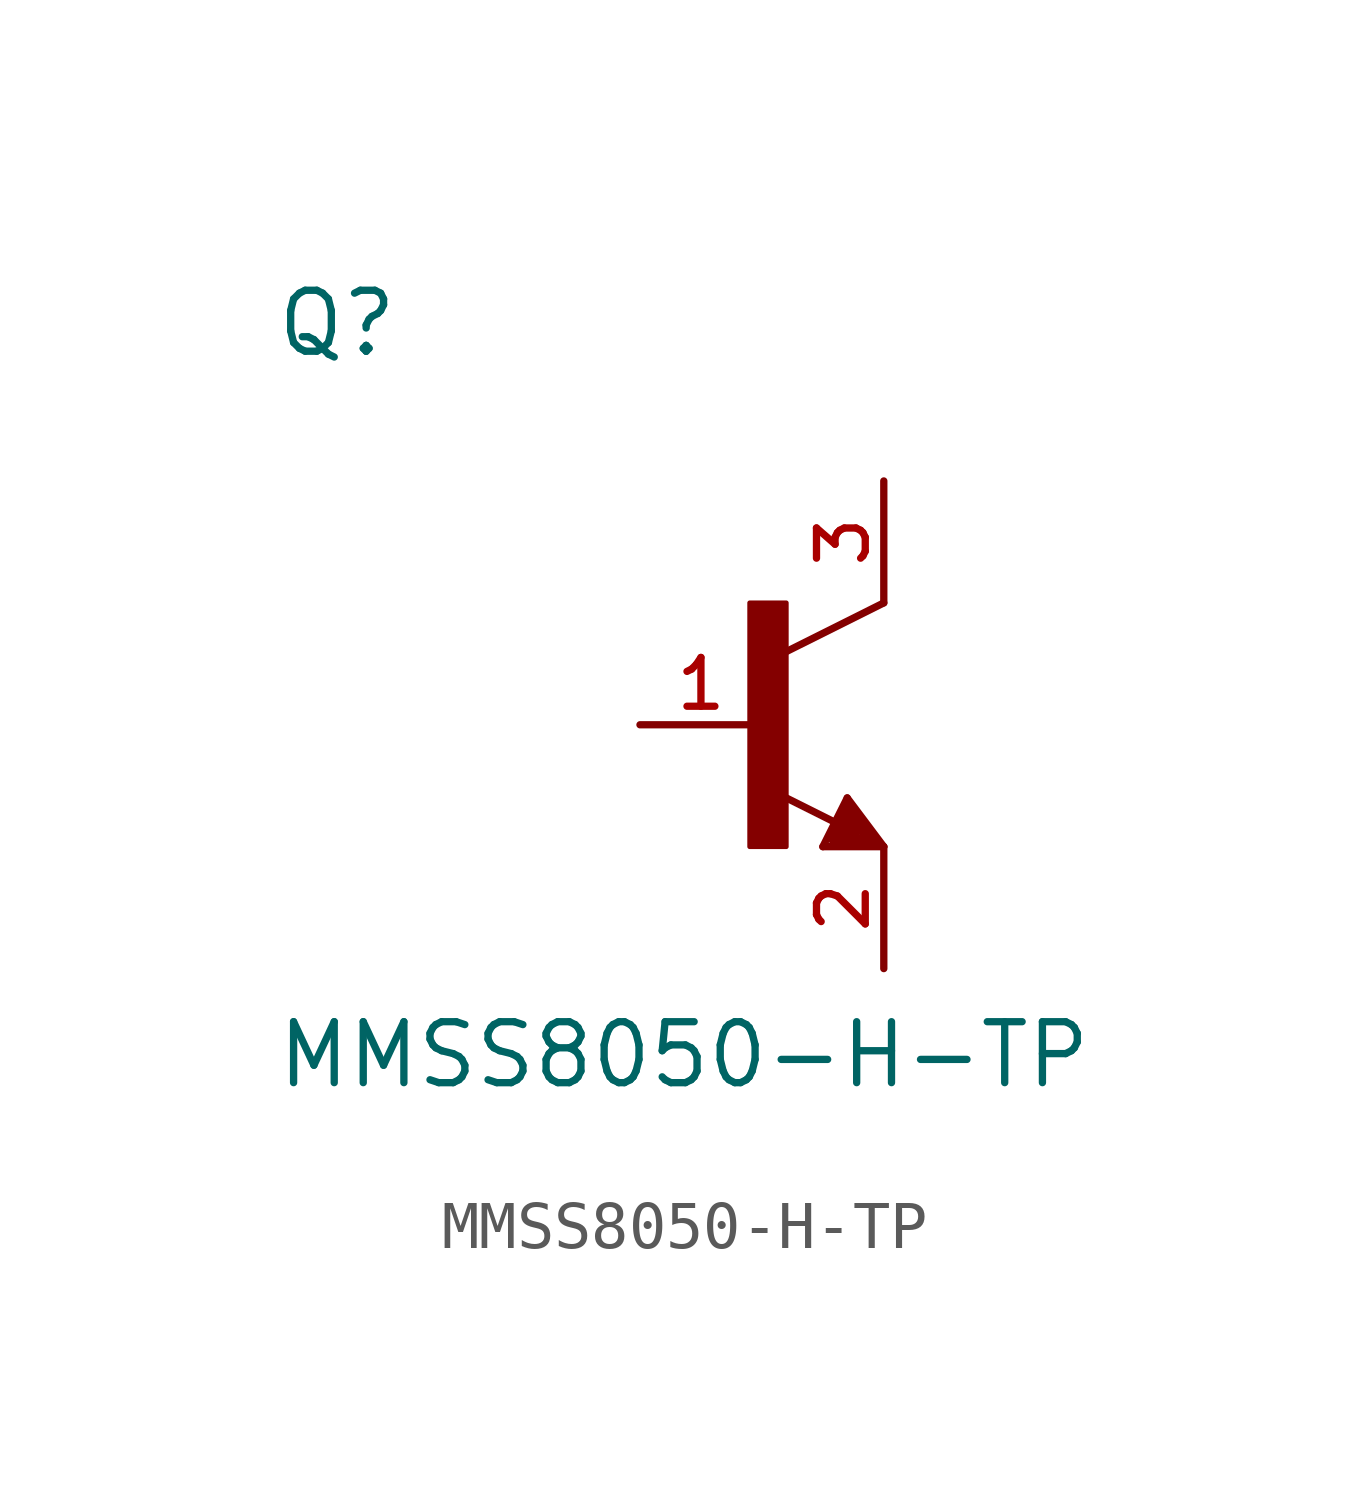
<source format=kicad_sym>
(kicad_symbol_lib
  (version 20211014)
  (generator kicad_symbol_editor)
  (symbol "MMSS8050-H-TP"
    (pin_names
      (offset 1.016))
    (property "Reference" "Q"
      (at -10.16 7.62 0)
      (effects (font (size 1.27 1.27)) (justify bottom left)))
    (property "Value" "MMSS8050-H-TP"
      (at -10.16 -7.62 0)
      (effects (font (size 1.27 1.27)) (justify bottom left)))
    (symbol "MMSS8050-H-TP_0_0"
      (polyline (pts (xy 2.54 2.54) (xy 0.508 1.524)) (stroke (width 0.152)))
      (polyline (pts (xy 1.778 -1.524) (xy 2.54 -2.54)) (stroke (width 0.152)))
      (polyline (pts (xy 2.54 -2.54) (xy 1.27 -2.54)) (stroke (width 0.152)))
      (polyline (pts (xy 1.27 -2.54) (xy 1.778 -1.524)) (stroke (width 0.152)))
      (polyline (pts (xy 1.54 -2.04) (xy 0.308 -1.424)) (stroke (width 0.152)))
      (polyline (pts (xy 1.524 -2.413) (xy 2.286 -2.413)) (stroke (width 0.254)))
      (polyline (pts (xy 2.286 -2.413) (xy 1.778 -1.778)) (stroke (width 0.254)))
      (polyline (pts (xy 1.778 -1.778) (xy 1.524 -2.286)) (stroke (width 0.254)))
      (polyline (pts (xy 1.524 -2.286) (xy 1.905 -2.286)) (stroke (width 0.254)))
      (polyline (pts (xy 1.905 -2.286) (xy 1.778 -2.032)) (stroke (width 0.254)))
      (rectangle (start -0.254 -2.54) (end 0.508 2.54) (stroke (width 0.1)) (fill (type outline)))
      (pin passive line (at -2.54 0.0 0) (length 2.54) (name "~" (effects (font (size 1.016 1.016)))) (number "1" (effects (font (size 1.016 1.016)))))
      (pin passive line (at 2.54 -5.08 90.0) (length 2.54) (name "~" (effects (font (size 1.016 1.016)))) (number "2" (effects (font (size 1.016 1.016)))))
      (pin passive line (at 2.54 5.08 270.0) (length 2.54) (name "~" (effects (font (size 1.016 1.016)))) (number "3" (effects (font (size 1.016 1.016))))))))
</source>
